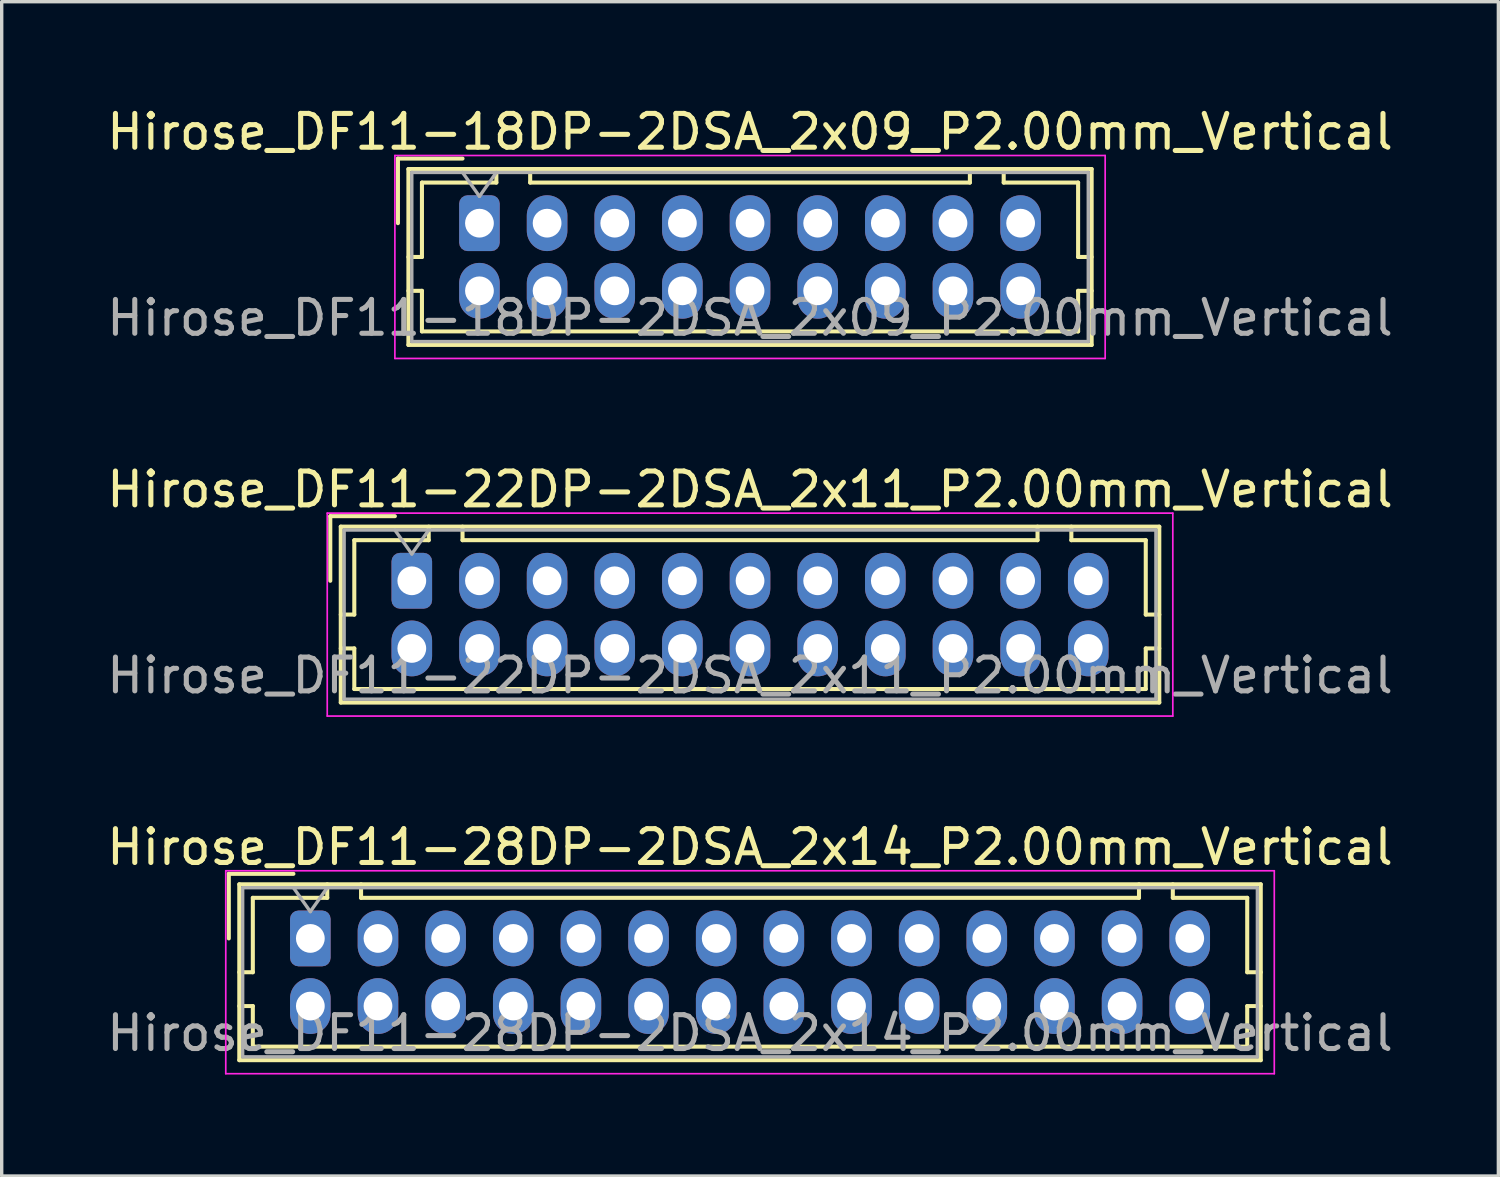
<source format=kicad_pcb>
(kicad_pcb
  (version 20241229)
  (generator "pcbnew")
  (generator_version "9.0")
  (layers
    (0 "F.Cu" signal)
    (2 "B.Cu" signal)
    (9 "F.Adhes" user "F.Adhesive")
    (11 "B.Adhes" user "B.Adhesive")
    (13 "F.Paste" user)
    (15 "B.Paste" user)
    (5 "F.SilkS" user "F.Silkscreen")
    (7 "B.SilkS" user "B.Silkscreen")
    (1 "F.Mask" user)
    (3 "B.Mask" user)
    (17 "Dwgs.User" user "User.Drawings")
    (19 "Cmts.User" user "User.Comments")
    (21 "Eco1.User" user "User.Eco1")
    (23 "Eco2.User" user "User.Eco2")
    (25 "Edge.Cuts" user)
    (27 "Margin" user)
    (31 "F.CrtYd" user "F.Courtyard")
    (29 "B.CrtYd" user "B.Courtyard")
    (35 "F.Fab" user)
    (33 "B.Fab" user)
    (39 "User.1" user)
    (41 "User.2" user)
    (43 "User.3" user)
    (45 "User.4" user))
  (footprint "Hirose_DF11-28DP-2DSA_2x14_P2.00mm_Vertical"
    (layer "F.Cu")
    (at 6.125 24.695)
    (property "Reference" "Hirose_DF11-28DP-2DSA_2x14_P2.00mm_Vertical" (at 13 -2.7 0) (layer "F.SilkS") (effects (font (size 1 1) (thickness 0.15))))
    (attr through_hole)
    (fp_line (start -2.41 -1.91) (end -0.5 -1.91) (stroke (width 0.12) (type solid)) (layer "F.SilkS"))
    (fp_line (start -2.41 0) (end -2.41 -1.91) (stroke (width 0.12) (type solid)) (layer "F.SilkS"))
    (fp_line (start -2.1 -1.6) (end -2.1 3.6) (stroke (width 0.12) (type solid)) (layer "F.SilkS"))
    (fp_line (start -2.1 1) (end -1.7 1) (stroke (width 0.12) (type solid)) (layer "F.SilkS"))
    (fp_line (start -2.1 2) (end -1.7 2) (stroke (width 0.12) (type solid)) (layer "F.SilkS"))
    (fp_line (start -2.1 3.6) (end 28.1 3.6) (stroke (width 0.12) (type solid)) (layer "F.SilkS"))
    (fp_line (start -1.7 -1.2) (end 0.5 -1.2) (stroke (width 0.12) (type solid)) (layer "F.SilkS"))
    (fp_line (start -1.7 1) (end -1.7 -1.2) (stroke (width 0.12) (type solid)) (layer "F.SilkS"))
    (fp_line (start -1.7 2) (end -1.7 3.2) (stroke (width 0.12) (type solid)) (layer "F.SilkS"))
    (fp_line (start -1.7 3.2) (end 27.7 3.2) (stroke (width 0.12) (type solid)) (layer "F.SilkS"))
    (fp_line (start 0.5 -1.2) (end 0.5 -1.6) (stroke (width 0.12) (type solid)) (layer "F.SilkS"))
    (fp_line (start 1.5 -1.6) (end 1.5 -1.2) (stroke (width 0.12) (type solid)) (layer "F.SilkS"))
    (fp_line (start 1.5 -1.2) (end 24.5 -1.2) (stroke (width 0.12) (type solid)) (layer "F.SilkS"))
    (fp_line (start 24.5 -1.2) (end 24.5 -1.6) (stroke (width 0.12) (type solid)) (layer "F.SilkS"))
    (fp_line (start 25.5 -1.2) (end 25.5 -1.6) (stroke (width 0.12) (type solid)) (layer "F.SilkS"))
    (fp_line (start 27.7 -1.2) (end 25.5 -1.2) (stroke (width 0.12) (type solid)) (layer "F.SilkS"))
    (fp_line (start 27.7 1) (end 27.7 -1.2) (stroke (width 0.12) (type solid)) (layer "F.SilkS"))
    (fp_line (start 27.7 2) (end 28.1 2) (stroke (width 0.12) (type solid)) (layer "F.SilkS"))
    (fp_line (start 27.7 3.2) (end 27.7 2) (stroke (width 0.12) (type solid)) (layer "F.SilkS"))
    (fp_line (start 28.1 -1.6) (end -2.1 -1.6) (stroke (width 0.12) (type solid)) (layer "F.SilkS"))
    (fp_line (start 28.1 1) (end 27.7 1) (stroke (width 0.12) (type solid)) (layer "F.SilkS"))
    (fp_line (start 28.1 3.6) (end 28.1 -1.6) (stroke (width 0.12) (type solid)) (layer "F.SilkS"))
    (fp_line (start -2.5 -2) (end -2.5 4) (stroke (width 0.05) (type solid)) (layer "F.CrtYd"))
    (fp_line (start -2.5 4) (end 28.5 4) (stroke (width 0.05) (type solid)) (layer "F.CrtYd"))
    (fp_line (start 28.5 -2) (end -2.5 -2) (stroke (width 0.05) (type solid)) (layer "F.CrtYd"))
    (fp_line (start 28.5 4) (end 28.5 -2) (stroke (width 0.05) (type solid)) (layer "F.CrtYd"))
    (fp_line (start -2 -1.5) (end -2 3.5) (stroke (width 0.1) (type solid)) (layer "F.Fab"))
    (fp_line (start -2 3.5) (end 28 3.5) (stroke (width 0.1) (type solid)) (layer "F.Fab"))
    (fp_line (start -0.5 -1.5) (end 0 -0.793) (stroke (width 0.1) (type solid)) (layer "F.Fab"))
    (fp_line (start 0 -0.793) (end 0.5 -1.5) (stroke (width 0.1) (type solid)) (layer "F.Fab"))
    (fp_line (start 28 -1.5) (end -2 -1.5) (stroke (width 0.1) (type solid)) (layer "F.Fab"))
    (fp_line (start 28 3.5) (end 28 -1.5) (stroke (width 0.1) (type solid)) (layer "F.Fab"))
    (fp_text user "${REFERENCE}" (at 13 2.8 0) (layer "F.Fab") (effects (font (size 1 1) (thickness 0.15))))
    (pad "1" thru_hole roundrect (at 0 0) (size 1.2 1.65) (drill 0.85) (layers "*.Cu" "*.Mask") (roundrect_rratio 0.208))
    (pad "2" thru_hole oval (at 0 2) (size 1.2 1.65) (drill 0.85) (layers "*.Cu" "*.Mask"))
    (pad "3" thru_hole oval (at 2 0) (size 1.2 1.65) (drill 0.85) (layers "*.Cu" "*.Mask"))
    (pad "4" thru_hole oval (at 2 2) (size 1.2 1.65) (drill 0.85) (layers "*.Cu" "*.Mask"))
    (pad "5" thru_hole oval (at 4 0) (size 1.2 1.65) (drill 0.85) (layers "*.Cu" "*.Mask"))
    (pad "6" thru_hole oval (at 4 2) (size 1.2 1.65) (drill 0.85) (layers "*.Cu" "*.Mask"))
    (pad "7" thru_hole oval (at 6 0) (size 1.2 1.65) (drill 0.85) (layers "*.Cu" "*.Mask"))
    (pad "8" thru_hole oval (at 6 2) (size 1.2 1.65) (drill 0.85) (layers "*.Cu" "*.Mask"))
    (pad "9" thru_hole oval (at 8 0) (size 1.2 1.65) (drill 0.85) (layers "*.Cu" "*.Mask"))
    (pad "10" thru_hole oval (at 8 2) (size 1.2 1.65) (drill 0.85) (layers "*.Cu" "*.Mask"))
    (pad "11" thru_hole oval (at 10 0) (size 1.2 1.65) (drill 0.85) (layers "*.Cu" "*.Mask"))
    (pad "12" thru_hole oval (at 10 2) (size 1.2 1.65) (drill 0.85) (layers "*.Cu" "*.Mask"))
    (pad "13" thru_hole oval (at 12 0) (size 1.2 1.65) (drill 0.85) (layers "*.Cu" "*.Mask"))
    (pad "14" thru_hole oval (at 12 2) (size 1.2 1.65) (drill 0.85) (layers "*.Cu" "*.Mask"))
    (pad "15" thru_hole oval (at 14 0) (size 1.2 1.65) (drill 0.85) (layers "*.Cu" "*.Mask"))
    (pad "16" thru_hole oval (at 14 2) (size 1.2 1.65) (drill 0.85) (layers "*.Cu" "*.Mask"))
    (pad "17" thru_hole oval (at 16 0) (size 1.2 1.65) (drill 0.85) (layers "*.Cu" "*.Mask"))
    (pad "18" thru_hole oval (at 16 2) (size 1.2 1.65) (drill 0.85) (layers "*.Cu" "*.Mask"))
    (pad "19" thru_hole oval (at 18 0) (size 1.2 1.65) (drill 0.85) (layers "*.Cu" "*.Mask"))
    (pad "20" thru_hole oval (at 18 2) (size 1.2 1.65) (drill 0.85) (layers "*.Cu" "*.Mask"))
    (pad "21" thru_hole oval (at 20 0) (size 1.2 1.65) (drill 0.85) (layers "*.Cu" "*.Mask"))
    (pad "22" thru_hole oval (at 20 2) (size 1.2 1.65) (drill 0.85) (layers "*.Cu" "*.Mask"))
    (pad "23" thru_hole oval (at 22 0) (size 1.2 1.65) (drill 0.85) (layers "*.Cu" "*.Mask"))
    (pad "24" thru_hole oval (at 22 2) (size 1.2 1.65) (drill 0.85) (layers "*.Cu" "*.Mask"))
    (pad "25" thru_hole oval (at 24 0) (size 1.2 1.65) (drill 0.85) (layers "*.Cu" "*.Mask"))
    (pad "26" thru_hole oval (at 24 2) (size 1.2 1.65) (drill 0.85) (layers "*.Cu" "*.Mask"))
    (pad "27" thru_hole oval (at 26 0) (size 1.2 1.65) (drill 0.85) (layers "*.Cu" "*.Mask"))
    (pad "28" thru_hole oval (at 26 2) (size 1.2 1.65) (drill 0.85) (layers "*.Cu" "*.Mask")))
  (footprint "Hirose_DF11-18DP-2DSA_2x09_P2.00mm_Vertical"
    (layer "F.Cu")
    (at 11.125 3.548)
    (property "Reference" "Hirose_DF11-18DP-2DSA_2x09_P2.00mm_Vertical" (at 8 -2.7 0) (layer "F.SilkS") (effects (font (size 1 1) (thickness 0.15))))
    (attr through_hole)
    (fp_line (start -2.41 -1.91) (end -0.5 -1.91) (stroke (width 0.12) (type solid)) (layer "F.SilkS"))
    (fp_line (start -2.41 0) (end -2.41 -1.91) (stroke (width 0.12) (type solid)) (layer "F.SilkS"))
    (fp_line (start -2.1 -1.6) (end -2.1 3.6) (stroke (width 0.12) (type solid)) (layer "F.SilkS"))
    (fp_line (start -2.1 1) (end -1.7 1) (stroke (width 0.12) (type solid)) (layer "F.SilkS"))
    (fp_line (start -2.1 2) (end -1.7 2) (stroke (width 0.12) (type solid)) (layer "F.SilkS"))
    (fp_line (start -2.1 3.6) (end 18.1 3.6) (stroke (width 0.12) (type solid)) (layer "F.SilkS"))
    (fp_line (start -1.7 -1.2) (end 0.5 -1.2) (stroke (width 0.12) (type solid)) (layer "F.SilkS"))
    (fp_line (start -1.7 1) (end -1.7 -1.2) (stroke (width 0.12) (type solid)) (layer "F.SilkS"))
    (fp_line (start -1.7 2) (end -1.7 3.2) (stroke (width 0.12) (type solid)) (layer "F.SilkS"))
    (fp_line (start -1.7 3.2) (end 17.7 3.2) (stroke (width 0.12) (type solid)) (layer "F.SilkS"))
    (fp_line (start 0.5 -1.2) (end 0.5 -1.6) (stroke (width 0.12) (type solid)) (layer "F.SilkS"))
    (fp_line (start 1.5 -1.6) (end 1.5 -1.2) (stroke (width 0.12) (type solid)) (layer "F.SilkS"))
    (fp_line (start 1.5 -1.2) (end 14.5 -1.2) (stroke (width 0.12) (type solid)) (layer "F.SilkS"))
    (fp_line (start 14.5 -1.2) (end 14.5 -1.6) (stroke (width 0.12) (type solid)) (layer "F.SilkS"))
    (fp_line (start 15.5 -1.2) (end 15.5 -1.6) (stroke (width 0.12) (type solid)) (layer "F.SilkS"))
    (fp_line (start 17.7 -1.2) (end 15.5 -1.2) (stroke (width 0.12) (type solid)) (layer "F.SilkS"))
    (fp_line (start 17.7 1) (end 17.7 -1.2) (stroke (width 0.12) (type solid)) (layer "F.SilkS"))
    (fp_line (start 17.7 2) (end 18.1 2) (stroke (width 0.12) (type solid)) (layer "F.SilkS"))
    (fp_line (start 17.7 3.2) (end 17.7 2) (stroke (width 0.12) (type solid)) (layer "F.SilkS"))
    (fp_line (start 18.1 -1.6) (end -2.1 -1.6) (stroke (width 0.12) (type solid)) (layer "F.SilkS"))
    (fp_line (start 18.1 1) (end 17.7 1) (stroke (width 0.12) (type solid)) (layer "F.SilkS"))
    (fp_line (start 18.1 3.6) (end 18.1 -1.6) (stroke (width 0.12) (type solid)) (layer "F.SilkS"))
    (fp_line (start -2.5 -2) (end -2.5 4) (stroke (width 0.05) (type solid)) (layer "F.CrtYd"))
    (fp_line (start -2.5 4) (end 18.5 4) (stroke (width 0.05) (type solid)) (layer "F.CrtYd"))
    (fp_line (start 18.5 -2) (end -2.5 -2) (stroke (width 0.05) (type solid)) (layer "F.CrtYd"))
    (fp_line (start 18.5 4) (end 18.5 -2) (stroke (width 0.05) (type solid)) (layer "F.CrtYd"))
    (fp_line (start -2 -1.5) (end -2 3.5) (stroke (width 0.1) (type solid)) (layer "F.Fab"))
    (fp_line (start -2 3.5) (end 18 3.5) (stroke (width 0.1) (type solid)) (layer "F.Fab"))
    (fp_line (start -0.5 -1.5) (end 0 -0.793) (stroke (width 0.1) (type solid)) (layer "F.Fab"))
    (fp_line (start 0 -0.793) (end 0.5 -1.5) (stroke (width 0.1) (type solid)) (layer "F.Fab"))
    (fp_line (start 18 -1.5) (end -2 -1.5) (stroke (width 0.1) (type solid)) (layer "F.Fab"))
    (fp_line (start 18 3.5) (end 18 -1.5) (stroke (width 0.1) (type solid)) (layer "F.Fab"))
    (fp_text user "${REFERENCE}" (at 8 2.8 0) (layer "F.Fab") (effects (font (size 1 1) (thickness 0.15))))
    (pad "1" thru_hole roundrect (at 0 0) (size 1.2 1.65) (drill 0.85) (layers "*.Cu" "*.Mask") (roundrect_rratio 0.208))
    (pad "2" thru_hole oval (at 0 2) (size 1.2 1.65) (drill 0.85) (layers "*.Cu" "*.Mask"))
    (pad "3" thru_hole oval (at 2 0) (size 1.2 1.65) (drill 0.85) (layers "*.Cu" "*.Mask"))
    (pad "4" thru_hole oval (at 2 2) (size 1.2 1.65) (drill 0.85) (layers "*.Cu" "*.Mask"))
    (pad "5" thru_hole oval (at 4 0) (size 1.2 1.65) (drill 0.85) (layers "*.Cu" "*.Mask"))
    (pad "6" thru_hole oval (at 4 2) (size 1.2 1.65) (drill 0.85) (layers "*.Cu" "*.Mask"))
    (pad "7" thru_hole oval (at 6 0) (size 1.2 1.65) (drill 0.85) (layers "*.Cu" "*.Mask"))
    (pad "8" thru_hole oval (at 6 2) (size 1.2 1.65) (drill 0.85) (layers "*.Cu" "*.Mask"))
    (pad "9" thru_hole oval (at 8 0) (size 1.2 1.65) (drill 0.85) (layers "*.Cu" "*.Mask"))
    (pad "10" thru_hole oval (at 8 2) (size 1.2 1.65) (drill 0.85) (layers "*.Cu" "*.Mask"))
    (pad "11" thru_hole oval (at 10 0) (size 1.2 1.65) (drill 0.85) (layers "*.Cu" "*.Mask"))
    (pad "12" thru_hole oval (at 10 2) (size 1.2 1.65) (drill 0.85) (layers "*.Cu" "*.Mask"))
    (pad "13" thru_hole oval (at 12 0) (size 1.2 1.65) (drill 0.85) (layers "*.Cu" "*.Mask"))
    (pad "14" thru_hole oval (at 12 2) (size 1.2 1.65) (drill 0.85) (layers "*.Cu" "*.Mask"))
    (pad "15" thru_hole oval (at 14 0) (size 1.2 1.65) (drill 0.85) (layers "*.Cu" "*.Mask"))
    (pad "16" thru_hole oval (at 14 2) (size 1.2 1.65) (drill 0.85) (layers "*.Cu" "*.Mask"))
    (pad "17" thru_hole oval (at 16 0) (size 1.2 1.65) (drill 0.85) (layers "*.Cu" "*.Mask"))
    (pad "18" thru_hole oval (at 16 2) (size 1.2 1.65) (drill 0.85) (layers "*.Cu" "*.Mask")))
  (footprint "Hirose_DF11-22DP-2DSA_2x11_P2.00mm_Vertical"
    (layer "F.Cu")
    (at 9.125 14.121)
    (property "Reference" "Hirose_DF11-22DP-2DSA_2x11_P2.00mm_Vertical" (at 10 -2.7 0) (layer "F.SilkS") (effects (font (size 1 1) (thickness 0.15))))
    (attr through_hole)
    (fp_line (start -2.41 -1.91) (end -0.5 -1.91) (stroke (width 0.12) (type solid)) (layer "F.SilkS"))
    (fp_line (start -2.41 0) (end -2.41 -1.91) (stroke (width 0.12) (type solid)) (layer "F.SilkS"))
    (fp_line (start -2.1 -1.6) (end -2.1 3.6) (stroke (width 0.12) (type solid)) (layer "F.SilkS"))
    (fp_line (start -2.1 1) (end -1.7 1) (stroke (width 0.12) (type solid)) (layer "F.SilkS"))
    (fp_line (start -2.1 2) (end -1.7 2) (stroke (width 0.12) (type solid)) (layer "F.SilkS"))
    (fp_line (start -2.1 3.6) (end 22.1 3.6) (stroke (width 0.12) (type solid)) (layer "F.SilkS"))
    (fp_line (start -1.7 -1.2) (end 0.5 -1.2) (stroke (width 0.12) (type solid)) (layer "F.SilkS"))
    (fp_line (start -1.7 1) (end -1.7 -1.2) (stroke (width 0.12) (type solid)) (layer "F.SilkS"))
    (fp_line (start -1.7 2) (end -1.7 3.2) (stroke (width 0.12) (type solid)) (layer "F.SilkS"))
    (fp_line (start -1.7 3.2) (end 21.7 3.2) (stroke (width 0.12) (type solid)) (layer "F.SilkS"))
    (fp_line (start 0.5 -1.2) (end 0.5 -1.6) (stroke (width 0.12) (type solid)) (layer "F.SilkS"))
    (fp_line (start 1.5 -1.6) (end 1.5 -1.2) (stroke (width 0.12) (type solid)) (layer "F.SilkS"))
    (fp_line (start 1.5 -1.2) (end 18.5 -1.2) (stroke (width 0.12) (type solid)) (layer "F.SilkS"))
    (fp_line (start 18.5 -1.2) (end 18.5 -1.6) (stroke (width 0.12) (type solid)) (layer "F.SilkS"))
    (fp_line (start 19.5 -1.2) (end 19.5 -1.6) (stroke (width 0.12) (type solid)) (layer "F.SilkS"))
    (fp_line (start 21.7 -1.2) (end 19.5 -1.2) (stroke (width 0.12) (type solid)) (layer "F.SilkS"))
    (fp_line (start 21.7 1) (end 21.7 -1.2) (stroke (width 0.12) (type solid)) (layer "F.SilkS"))
    (fp_line (start 21.7 2) (end 22.1 2) (stroke (width 0.12) (type solid)) (layer "F.SilkS"))
    (fp_line (start 21.7 3.2) (end 21.7 2) (stroke (width 0.12) (type solid)) (layer "F.SilkS"))
    (fp_line (start 22.1 -1.6) (end -2.1 -1.6) (stroke (width 0.12) (type solid)) (layer "F.SilkS"))
    (fp_line (start 22.1 1) (end 21.7 1) (stroke (width 0.12) (type solid)) (layer "F.SilkS"))
    (fp_line (start 22.1 3.6) (end 22.1 -1.6) (stroke (width 0.12) (type solid)) (layer "F.SilkS"))
    (fp_line (start -2.5 -2) (end -2.5 4) (stroke (width 0.05) (type solid)) (layer "F.CrtYd"))
    (fp_line (start -2.5 4) (end 22.5 4) (stroke (width 0.05) (type solid)) (layer "F.CrtYd"))
    (fp_line (start 22.5 -2) (end -2.5 -2) (stroke (width 0.05) (type solid)) (layer "F.CrtYd"))
    (fp_line (start 22.5 4) (end 22.5 -2) (stroke (width 0.05) (type solid)) (layer "F.CrtYd"))
    (fp_line (start -2 -1.5) (end -2 3.5) (stroke (width 0.1) (type solid)) (layer "F.Fab"))
    (fp_line (start -2 3.5) (end 22 3.5) (stroke (width 0.1) (type solid)) (layer "F.Fab"))
    (fp_line (start -0.5 -1.5) (end 0 -0.793) (stroke (width 0.1) (type solid)) (layer "F.Fab"))
    (fp_line (start 0 -0.793) (end 0.5 -1.5) (stroke (width 0.1) (type solid)) (layer "F.Fab"))
    (fp_line (start 22 -1.5) (end -2 -1.5) (stroke (width 0.1) (type solid)) (layer "F.Fab"))
    (fp_line (start 22 3.5) (end 22 -1.5) (stroke (width 0.1) (type solid)) (layer "F.Fab"))
    (fp_text user "${REFERENCE}" (at 10 2.8 0) (layer "F.Fab") (effects (font (size 1 1) (thickness 0.15))))
    (pad "1" thru_hole roundrect (at 0 0) (size 1.2 1.65) (drill 0.85) (layers "*.Cu" "*.Mask") (roundrect_rratio 0.208))
    (pad "2" thru_hole oval (at 0 2) (size 1.2 1.65) (drill 0.85) (layers "*.Cu" "*.Mask"))
    (pad "3" thru_hole oval (at 2 0) (size 1.2 1.65) (drill 0.85) (layers "*.Cu" "*.Mask"))
    (pad "4" thru_hole oval (at 2 2) (size 1.2 1.65) (drill 0.85) (layers "*.Cu" "*.Mask"))
    (pad "5" thru_hole oval (at 4 0) (size 1.2 1.65) (drill 0.85) (layers "*.Cu" "*.Mask"))
    (pad "6" thru_hole oval (at 4 2) (size 1.2 1.65) (drill 0.85) (layers "*.Cu" "*.Mask"))
    (pad "7" thru_hole oval (at 6 0) (size 1.2 1.65) (drill 0.85) (layers "*.Cu" "*.Mask"))
    (pad "8" thru_hole oval (at 6 2) (size 1.2 1.65) (drill 0.85) (layers "*.Cu" "*.Mask"))
    (pad "9" thru_hole oval (at 8 0) (size 1.2 1.65) (drill 0.85) (layers "*.Cu" "*.Mask"))
    (pad "10" thru_hole oval (at 8 2) (size 1.2 1.65) (drill 0.85) (layers "*.Cu" "*.Mask"))
    (pad "11" thru_hole oval (at 10 0) (size 1.2 1.65) (drill 0.85) (layers "*.Cu" "*.Mask"))
    (pad "12" thru_hole oval (at 10 2) (size 1.2 1.65) (drill 0.85) (layers "*.Cu" "*.Mask"))
    (pad "13" thru_hole oval (at 12 0) (size 1.2 1.65) (drill 0.85) (layers "*.Cu" "*.Mask"))
    (pad "14" thru_hole oval (at 12 2) (size 1.2 1.65) (drill 0.85) (layers "*.Cu" "*.Mask"))
    (pad "15" thru_hole oval (at 14 0) (size 1.2 1.65) (drill 0.85) (layers "*.Cu" "*.Mask"))
    (pad "16" thru_hole oval (at 14 2) (size 1.2 1.65) (drill 0.85) (layers "*.Cu" "*.Mask"))
    (pad "17" thru_hole oval (at 16 0) (size 1.2 1.65) (drill 0.85) (layers "*.Cu" "*.Mask"))
    (pad "18" thru_hole oval (at 16 2) (size 1.2 1.65) (drill 0.85) (layers "*.Cu" "*.Mask"))
    (pad "19" thru_hole oval (at 18 0) (size 1.2 1.65) (drill 0.85) (layers "*.Cu" "*.Mask"))
    (pad "20" thru_hole oval (at 18 2) (size 1.2 1.65) (drill 0.85) (layers "*.Cu" "*.Mask"))
    (pad "21" thru_hole oval (at 20 0) (size 1.2 1.65) (drill 0.85) (layers "*.Cu" "*.Mask"))
    (pad "22" thru_hole oval (at 20 2) (size 1.2 1.65) (drill 0.85) (layers "*.Cu" "*.Mask")))
  (gr_rect
    (start -3 -3)
    (end 41.25 31.72)
    (stroke (width 0.1) (type default))
    (fill no)
    (layer "Edge.Cuts")))
</source>
